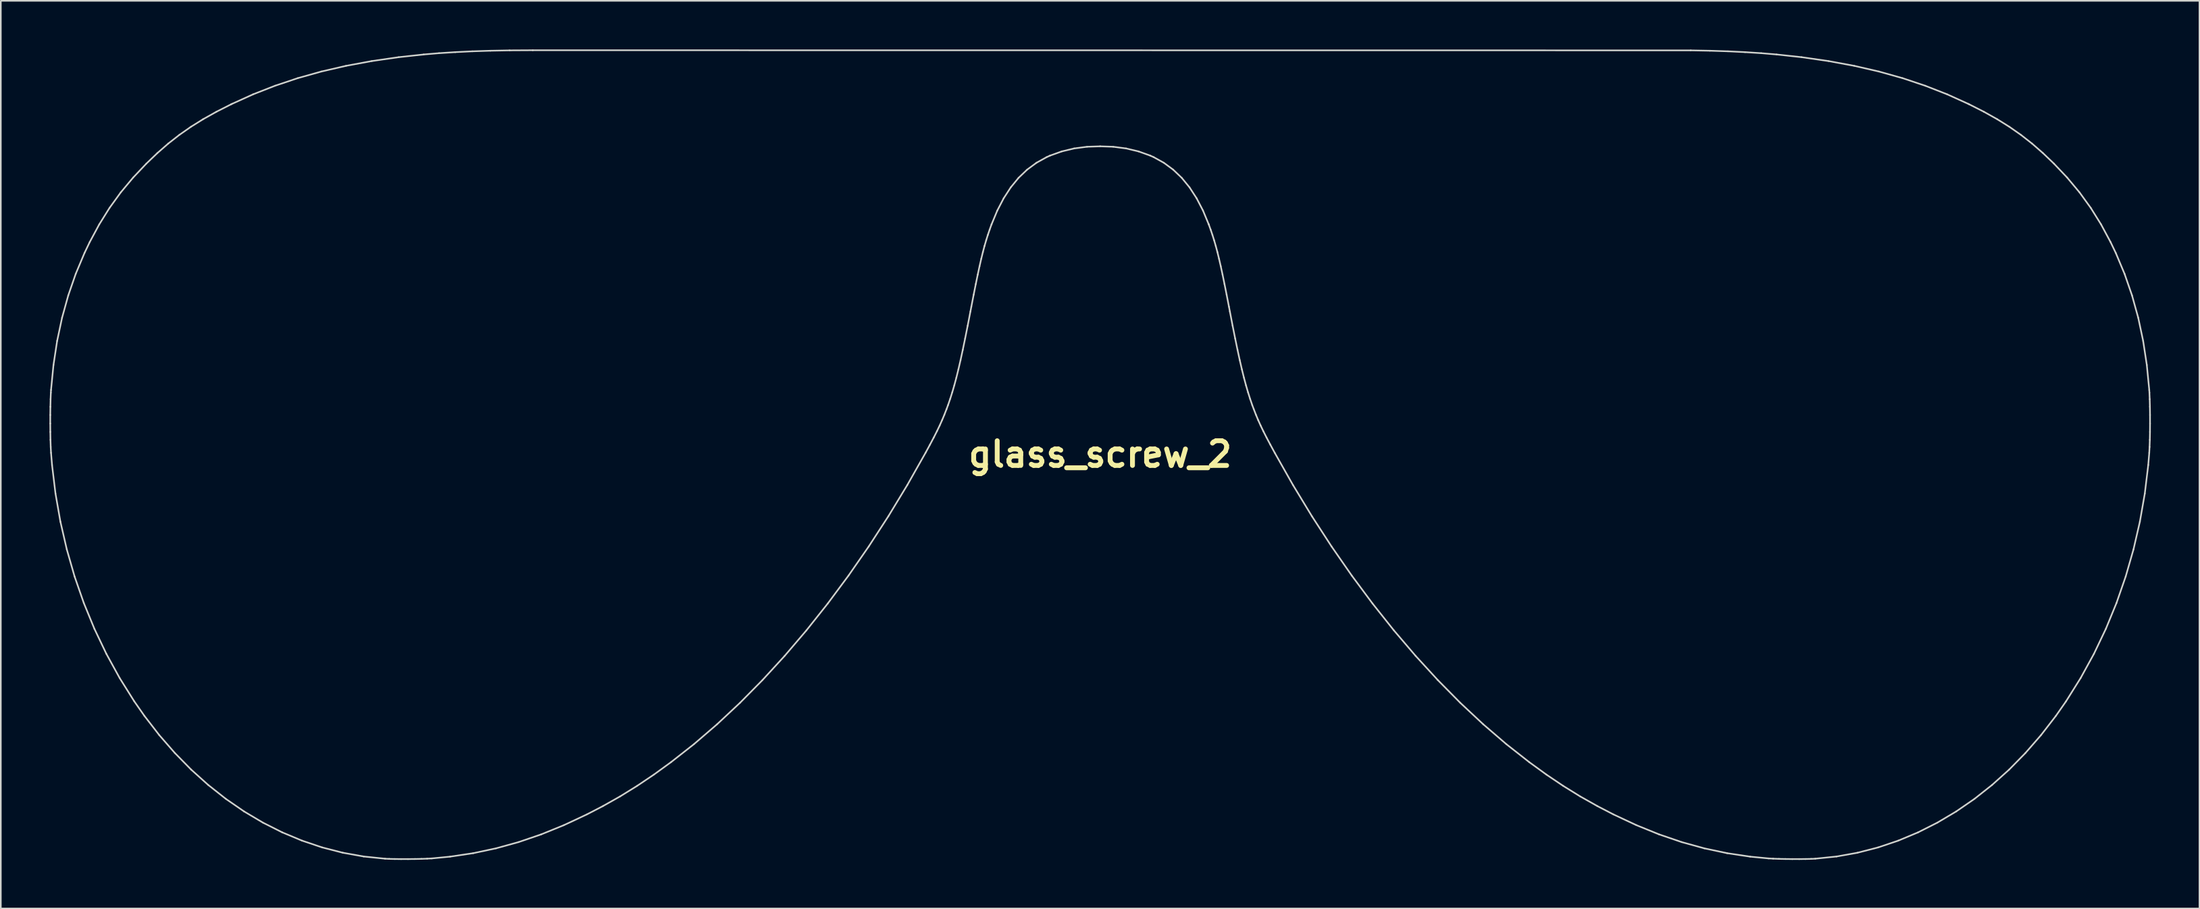
<source format=kicad_pcb>
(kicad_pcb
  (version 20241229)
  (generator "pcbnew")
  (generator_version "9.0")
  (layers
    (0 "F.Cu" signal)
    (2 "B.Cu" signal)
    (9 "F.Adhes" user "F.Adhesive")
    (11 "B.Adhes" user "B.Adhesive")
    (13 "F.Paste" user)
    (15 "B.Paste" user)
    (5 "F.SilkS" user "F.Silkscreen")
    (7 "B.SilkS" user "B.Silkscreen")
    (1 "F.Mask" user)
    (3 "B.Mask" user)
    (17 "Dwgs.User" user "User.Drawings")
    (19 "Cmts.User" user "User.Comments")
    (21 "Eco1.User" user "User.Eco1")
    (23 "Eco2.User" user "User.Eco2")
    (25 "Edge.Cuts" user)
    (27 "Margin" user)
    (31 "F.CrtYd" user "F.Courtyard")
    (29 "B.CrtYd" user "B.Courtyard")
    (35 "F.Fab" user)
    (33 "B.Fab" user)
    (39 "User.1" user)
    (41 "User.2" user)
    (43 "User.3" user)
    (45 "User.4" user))
  (footprint "glass_screw_2"
    (layer "F.Cu")
    (at 64.815 5.978)
    (property "Reference" "glass_screw_2" (at 0 19 0) (layer "F.SilkS") (effects (font (size 1.524 1.524) (thickness 0.3))))
    (attr through_hole)
    (fp_line (start -64.765 17.101) (end -64.764 16.576) (stroke (width 0.1) (type solid)) (layer "Edge.Cuts"))
    (fp_line (start -64.764 16.576) (end -64.757 16.069) (stroke (width 0.1) (type solid)) (layer "Edge.Cuts"))
    (fp_line (start -64.761 17.621) (end -64.765 17.101) (stroke (width 0.1) (type solid)) (layer "Edge.Cuts"))
    (fp_line (start -64.757 16.069) (end -64.745 15.602) (stroke (width 0.1) (type solid)) (layer "Edge.Cuts"))
    (fp_line (start -64.752 18.111) (end -64.761 17.621) (stroke (width 0.1) (type solid)) (layer "Edge.Cuts"))
    (fp_line (start -64.745 15.602) (end -64.728 15.2) (stroke (width 0.1) (type solid)) (layer "Edge.Cuts"))
    (fp_line (start -64.737 18.548) (end -64.752 18.111) (stroke (width 0.1) (type solid)) (layer "Edge.Cuts"))
    (fp_line (start -64.728 15.2) (end -64.717 15.033) (stroke (width 0.1) (type solid)) (layer "Edge.Cuts"))
    (fp_line (start -64.717 15.033) (end -64.566 13.489) (stroke (width 0.1) (type solid)) (layer "Edge.Cuts"))
    (fp_line (start -64.717 18.91) (end -64.737 18.548) (stroke (width 0.1) (type solid)) (layer "Edge.Cuts"))
    (fp_line (start -64.655 19.66) (end -64.717 18.91) (stroke (width 0.1) (type solid)) (layer "Edge.Cuts"))
    (fp_line (start -64.566 13.489) (end -64.34 12.005) (stroke (width 0.1) (type solid)) (layer "Edge.Cuts"))
    (fp_line (start -64.442 21.425) (end -64.655 19.66) (stroke (width 0.1) (type solid)) (layer "Edge.Cuts"))
    (fp_line (start -64.34 12.005) (end -64.037 10.578) (stroke (width 0.1) (type solid)) (layer "Edge.Cuts"))
    (fp_line (start -64.138 23.163) (end -64.442 21.425) (stroke (width 0.1) (type solid)) (layer "Edge.Cuts"))
    (fp_line (start -64.037 10.578) (end -63.655 9.201) (stroke (width 0.1) (type solid)) (layer "Edge.Cuts"))
    (fp_line (start -63.744 24.871) (end -64.138 23.163) (stroke (width 0.1) (type solid)) (layer "Edge.Cuts"))
    (fp_line (start -63.655 9.201) (end -63.194 7.87) (stroke (width 0.1) (type solid)) (layer "Edge.Cuts"))
    (fp_line (start -63.263 26.544) (end -63.744 24.871) (stroke (width 0.1) (type solid)) (layer "Edge.Cuts"))
    (fp_line (start -63.194 7.87) (end -62.652 6.58) (stroke (width 0.1) (type solid)) (layer "Edge.Cuts"))
    (fp_line (start -62.695 28.178) (end -63.263 26.544) (stroke (width 0.1) (type solid)) (layer "Edge.Cuts"))
    (fp_line (start -62.652 6.58) (end -62.329 5.906) (stroke (width 0.1) (type solid)) (layer "Edge.Cuts"))
    (fp_line (start -62.329 5.906) (end -61.742 4.815) (stroke (width 0.1) (type solid)) (layer "Edge.Cuts"))
    (fp_line (start -62.041 29.769) (end -62.695 28.178) (stroke (width 0.1) (type solid)) (layer "Edge.Cuts"))
    (fp_line (start -61.742 4.815) (end -61.109 3.801) (stroke (width 0.1) (type solid)) (layer "Edge.Cuts"))
    (fp_line (start -61.304 31.313) (end -62.041 29.769) (stroke (width 0.1) (type solid)) (layer "Edge.Cuts"))
    (fp_line (start -61.109 3.801) (end -60.416 2.843) (stroke (width 0.1) (type solid)) (layer "Edge.Cuts"))
    (fp_line (start -60.484 32.806) (end -61.304 31.313) (stroke (width 0.1) (type solid)) (layer "Edge.Cuts"))
    (fp_line (start -60.416 2.843) (end -59.65 1.926) (stroke (width 0.1) (type solid)) (layer "Edge.Cuts"))
    (fp_line (start -59.65 1.926) (end -58.833 1.063) (stroke (width 0.1) (type solid)) (layer "Edge.Cuts"))
    (fp_line (start -59.582 34.245) (end -60.484 32.806) (stroke (width 0.1) (type solid)) (layer "Edge.Cuts"))
    (fp_line (start -58.955 35.144) (end -59.582 34.245) (stroke (width 0.1) (type solid)) (layer "Edge.Cuts"))
    (fp_line (start -58.833 1.063) (end -58.159 0.418) (stroke (width 0.1) (type solid)) (layer "Edge.Cuts"))
    (fp_line (start -58.159 0.418) (end -57.489 -0.167) (stroke (width 0.1) (type solid)) (layer "Edge.Cuts"))
    (fp_line (start -58.04 36.328) (end -58.955 35.144) (stroke (width 0.1) (type solid)) (layer "Edge.Cuts"))
    (fp_line (start -57.489 -0.167) (end -56.806 -0.702) (stroke (width 0.1) (type solid)) (layer "Edge.Cuts"))
    (fp_line (start -57.078 37.433) (end -58.04 36.328) (stroke (width 0.1) (type solid)) (layer "Edge.Cuts"))
    (fp_line (start -56.806 -0.702) (end -56.094 -1.2) (stroke (width 0.1) (type solid)) (layer "Edge.Cuts"))
    (fp_line (start -56.094 -1.2) (end -55.335 -1.674) (stroke (width 0.1) (type solid)) (layer "Edge.Cuts"))
    (fp_line (start -56.072 38.458) (end -57.078 37.433) (stroke (width 0.1) (type solid)) (layer "Edge.Cuts"))
    (fp_line (start -55.335 -1.674) (end -54.513 -2.134) (stroke (width 0.1) (type solid)) (layer "Edge.Cuts"))
    (fp_line (start -55.022 39.402) (end -56.072 38.458) (stroke (width 0.1) (type solid)) (layer "Edge.Cuts"))
    (fp_line (start -54.513 -2.134) (end -53.609 -2.592) (stroke (width 0.1) (type solid)) (layer "Edge.Cuts"))
    (fp_line (start -53.934 40.262) (end -55.022 39.402) (stroke (width 0.1) (type solid)) (layer "Edge.Cuts"))
    (fp_line (start -53.609 -2.592) (end -53.56 -2.616) (stroke (width 0.1) (type solid)) (layer "Edge.Cuts"))
    (fp_line (start -53.56 -2.616) (end -52.252 -3.208) (stroke (width 0.1) (type solid)) (layer "Edge.Cuts"))
    (fp_line (start -52.808 41.038) (end -53.934 40.262) (stroke (width 0.1) (type solid)) (layer "Edge.Cuts"))
    (fp_line (start -52.252 -3.208) (end -50.9 -3.737) (stroke (width 0.1) (type solid)) (layer "Edge.Cuts"))
    (fp_line (start -51.648 41.727) (end -52.808 41.038) (stroke (width 0.1) (type solid)) (layer "Edge.Cuts"))
    (fp_line (start -50.9 -3.737) (end -49.498 -4.206) (stroke (width 0.1) (type solid)) (layer "Edge.Cuts"))
    (fp_line (start -50.456 42.328) (end -51.648 41.727) (stroke (width 0.1) (type solid)) (layer "Edge.Cuts"))
    (fp_line (start -49.498 -4.206) (end -48.04 -4.615) (stroke (width 0.1) (type solid)) (layer "Edge.Cuts"))
    (fp_line (start -49.235 42.839) (end -50.456 42.328) (stroke (width 0.1) (type solid)) (layer "Edge.Cuts"))
    (fp_line (start -48.04 -4.615) (end -46.519 -4.966) (stroke (width 0.1) (type solid)) (layer "Edge.Cuts"))
    (fp_line (start -47.988 43.259) (end -49.235 42.839) (stroke (width 0.1) (type solid)) (layer "Edge.Cuts"))
    (fp_line (start -46.717 43.586) (end -47.988 43.259) (stroke (width 0.1) (type solid)) (layer "Edge.Cuts"))
    (fp_line (start -46.519 -4.966) (end -44.932 -5.26) (stroke (width 0.1) (type solid)) (layer "Edge.Cuts"))
    (fp_line (start -45.425 43.818) (end -46.717 43.586) (stroke (width 0.1) (type solid)) (layer "Edge.Cuts"))
    (fp_line (start -44.932 -5.26) (end -43.27 -5.5) (stroke (width 0.1) (type solid)) (layer "Edge.Cuts"))
    (fp_line (start -44.114 43.953) (end -45.425 43.818) (stroke (width 0.1) (type solid)) (layer "Edge.Cuts"))
    (fp_line (start -43.859 43.965) (end -44.114 43.953) (stroke (width 0.1) (type solid)) (layer "Edge.Cuts"))
    (fp_line (start -43.515 43.973) (end -43.859 43.965) (stroke (width 0.1) (type solid)) (layer "Edge.Cuts"))
    (fp_line (start -43.27 -5.5) (end -41.729 -5.667) (stroke (width 0.1) (type solid)) (layer "Edge.Cuts"))
    (fp_line (start -43.12 43.977) (end -43.515 43.973) (stroke (width 0.1) (type solid)) (layer "Edge.Cuts"))
    (fp_line (start -42.698 43.977) (end -43.12 43.977) (stroke (width 0.1) (type solid)) (layer "Edge.Cuts"))
    (fp_line (start -42.274 43.972) (end -42.698 43.977) (stroke (width 0.1) (type solid)) (layer "Edge.Cuts"))
    (fp_line (start -41.871 43.964) (end -42.274 43.972) (stroke (width 0.1) (type solid)) (layer "Edge.Cuts"))
    (fp_line (start -41.729 -5.667) (end -40.78 -5.747) (stroke (width 0.1) (type solid)) (layer "Edge.Cuts"))
    (fp_line (start -41.516 43.951) (end -41.871 43.964) (stroke (width 0.1) (type solid)) (layer "Edge.Cuts"))
    (fp_line (start -41.231 43.936) (end -41.516 43.951) (stroke (width 0.1) (type solid)) (layer "Edge.Cuts"))
    (fp_line (start -40.78 -5.747) (end -39.781 -5.811) (stroke (width 0.1) (type solid)) (layer "Edge.Cuts"))
    (fp_line (start -40.102 43.827) (end -41.231 43.936) (stroke (width 0.1) (type solid)) (layer "Edge.Cuts"))
    (fp_line (start -39.781 -5.811) (end -38.726 -5.862) (stroke (width 0.1) (type solid)) (layer "Edge.Cuts"))
    (fp_line (start -38.726 -5.862) (end -37.61 -5.898) (stroke (width 0.1) (type solid)) (layer "Edge.Cuts"))
    (fp_line (start -38.678 43.614) (end -40.102 43.827) (stroke (width 0.1) (type solid)) (layer "Edge.Cuts"))
    (fp_line (start -37.61 -5.898) (end -36.429 -5.92) (stroke (width 0.1) (type solid)) (layer "Edge.Cuts"))
    (fp_line (start -37.272 43.315) (end -38.678 43.614) (stroke (width 0.1) (type solid)) (layer "Edge.Cuts"))
    (fp_line (start -36.429 -5.92) (end -35 -5.928) (stroke (width 0.1) (type solid)) (layer "Edge.Cuts"))
    (fp_line (start -35.875 42.929) (end -37.272 43.315) (stroke (width 0.1) (type solid)) (layer "Edge.Cuts"))
    (fp_line (start -35 -5.928) (end 36.429 -5.92) (stroke (width 0.1) (type solid)) (layer "Edge.Cuts"))
    (fp_line (start -34.48 42.453) (end -35.875 42.929) (stroke (width 0.1) (type solid)) (layer "Edge.Cuts"))
    (fp_line (start -33.079 41.884) (end -34.48 42.453) (stroke (width 0.1) (type solid)) (layer "Edge.Cuts"))
    (fp_line (start -31.663 41.221) (end -33.079 41.884) (stroke (width 0.1) (type solid)) (layer "Edge.Cuts"))
    (fp_line (start -30.673 40.708) (end -31.663 41.221) (stroke (width 0.1) (type solid)) (layer "Edge.Cuts"))
    (fp_line (start -29.608 40.107) (end -30.673 40.708) (stroke (width 0.1) (type solid)) (layer "Edge.Cuts"))
    (fp_line (start -28.569 39.464) (end -29.608 40.107) (stroke (width 0.1) (type solid)) (layer "Edge.Cuts"))
    (fp_line (start -27.531 38.766) (end -28.569 39.464) (stroke (width 0.1) (type solid)) (layer "Edge.Cuts"))
    (fp_line (start -26.469 37.995) (end -27.531 38.766) (stroke (width 0.1) (type solid)) (layer "Edge.Cuts"))
    (fp_line (start -25.058 36.887) (end -26.469 37.995) (stroke (width 0.1) (type solid)) (layer "Edge.Cuts"))
    (fp_line (start -23.63 35.659) (end -25.058 36.887) (stroke (width 0.1) (type solid)) (layer "Edge.Cuts"))
    (fp_line (start -22.219 34.339) (end -23.63 35.659) (stroke (width 0.1) (type solid)) (layer "Edge.Cuts"))
    (fp_line (start -20.828 32.931) (end -22.219 34.339) (stroke (width 0.1) (type solid)) (layer "Edge.Cuts"))
    (fp_line (start -19.46 31.438) (end -20.828 32.931) (stroke (width 0.1) (type solid)) (layer "Edge.Cuts"))
    (fp_line (start -18.118 29.864) (end -19.46 31.438) (stroke (width 0.1) (type solid)) (layer "Edge.Cuts"))
    (fp_line (start -16.805 28.212) (end -18.118 29.864) (stroke (width 0.1) (type solid)) (layer "Edge.Cuts"))
    (fp_line (start -15.523 26.486) (end -16.805 28.212) (stroke (width 0.1) (type solid)) (layer "Edge.Cuts"))
    (fp_line (start -14.276 24.69) (end -15.523 26.486) (stroke (width 0.1) (type solid)) (layer "Edge.Cuts"))
    (fp_line (start -13.066 22.827) (end -14.276 24.69) (stroke (width 0.1) (type solid)) (layer "Edge.Cuts"))
    (fp_line (start -11.897 20.9) (end -13.066 22.827) (stroke (width 0.1) (type solid)) (layer "Edge.Cuts"))
    (fp_line (start -10.772 18.913) (end -11.897 20.9) (stroke (width 0.1) (type solid)) (layer "Edge.Cuts"))
    (fp_line (start -10.498 18.408) (end -10.772 18.913) (stroke (width 0.1) (type solid)) (layer "Edge.Cuts"))
    (fp_line (start -10.265 17.968) (end -10.498 18.408) (stroke (width 0.1) (type solid)) (layer "Edge.Cuts"))
    (fp_line (start -10.068 17.579) (end -10.265 17.968) (stroke (width 0.1) (type solid)) (layer "Edge.Cuts"))
    (fp_line (start -9.899 17.227) (end -10.068 17.579) (stroke (width 0.1) (type solid)) (layer "Edge.Cuts"))
    (fp_line (start -9.749 16.894) (end -9.899 17.227) (stroke (width 0.1) (type solid)) (layer "Edge.Cuts"))
    (fp_line (start -9.611 16.563) (end -9.749 16.894) (stroke (width 0.1) (type solid)) (layer "Edge.Cuts"))
    (fp_line (start -9.477 16.219) (end -9.611 16.563) (stroke (width 0.1) (type solid)) (layer "Edge.Cuts"))
    (fp_line (start -9.383 15.967) (end -9.477 16.219) (stroke (width 0.1) (type solid)) (layer "Edge.Cuts"))
    (fp_line (start -9.251 15.583) (end -9.383 15.967) (stroke (width 0.1) (type solid)) (layer "Edge.Cuts"))
    (fp_line (start -9.123 15.179) (end -9.251 15.583) (stroke (width 0.1) (type solid)) (layer "Edge.Cuts"))
    (fp_line (start -8.997 14.747) (end -9.123 15.179) (stroke (width 0.1) (type solid)) (layer "Edge.Cuts"))
    (fp_line (start -8.871 14.278) (end -8.997 14.747) (stroke (width 0.1) (type solid)) (layer "Edge.Cuts"))
    (fp_line (start -8.744 13.764) (end -8.871 14.278) (stroke (width 0.1) (type solid)) (layer "Edge.Cuts"))
    (fp_line (start -8.612 13.194) (end -8.744 13.764) (stroke (width 0.1) (type solid)) (layer "Edge.Cuts"))
    (fp_line (start -8.475 12.561) (end -8.612 13.194) (stroke (width 0.1) (type solid)) (layer "Edge.Cuts"))
    (fp_line (start -8.329 11.856) (end -8.475 12.561) (stroke (width 0.1) (type solid)) (layer "Edge.Cuts"))
    (fp_line (start -8.172 11.071) (end -8.329 11.856) (stroke (width 0.1) (type solid)) (layer "Edge.Cuts"))
    (fp_line (start -8.003 10.195) (end -8.172 11.071) (stroke (width 0.1) (type solid)) (layer "Edge.Cuts"))
    (fp_line (start -7.946 9.896) (end -8.003 10.195) (stroke (width 0.1) (type solid)) (layer "Edge.Cuts"))
    (fp_line (start -7.802 9.154) (end -7.946 9.896) (stroke (width 0.1) (type solid)) (layer "Edge.Cuts"))
    (fp_line (start -7.671 8.497) (end -7.802 9.154) (stroke (width 0.1) (type solid)) (layer "Edge.Cuts"))
    (fp_line (start -7.551 7.915) (end -7.671 8.497) (stroke (width 0.1) (type solid)) (layer "Edge.Cuts"))
    (fp_line (start -7.44 7.399) (end -7.551 7.915) (stroke (width 0.1) (type solid)) (layer "Edge.Cuts"))
    (fp_line (start -7.334 6.938) (end -7.44 7.399) (stroke (width 0.1) (type solid)) (layer "Edge.Cuts"))
    (fp_line (start -7.233 6.525) (end -7.334 6.938) (stroke (width 0.1) (type solid)) (layer "Edge.Cuts"))
    (fp_line (start -7.133 6.148) (end -7.233 6.525) (stroke (width 0.1) (type solid)) (layer "Edge.Cuts"))
    (fp_line (start -7.031 5.799) (end -7.133 6.148) (stroke (width 0.1) (type solid)) (layer "Edge.Cuts"))
    (fp_line (start -6.927 5.467) (end -7.031 5.799) (stroke (width 0.1) (type solid)) (layer "Edge.Cuts"))
    (fp_line (start -6.817 5.143) (end -6.927 5.467) (stroke (width 0.1) (type solid)) (layer "Edge.Cuts"))
    (fp_line (start -6.7 4.818) (end -6.817 5.143) (stroke (width 0.1) (type solid)) (layer "Edge.Cuts"))
    (fp_line (start -6.697 4.812) (end -6.7 4.818) (stroke (width 0.1) (type solid)) (layer "Edge.Cuts"))
    (fp_line (start -6.345 3.964) (end -6.697 4.812) (stroke (width 0.1) (type solid)) (layer "Edge.Cuts"))
    (fp_line (start -5.951 3.206) (end -6.345 3.964) (stroke (width 0.1) (type solid)) (layer "Edge.Cuts"))
    (fp_line (start -5.515 2.534) (end -5.951 3.206) (stroke (width 0.1) (type solid)) (layer "Edge.Cuts"))
    (fp_line (start -5.034 1.946) (end -5.515 2.534) (stroke (width 0.1) (type solid)) (layer "Edge.Cuts"))
    (fp_line (start -4.506 1.441) (end -5.034 1.946) (stroke (width 0.1) (type solid)) (layer "Edge.Cuts"))
    (fp_line (start -3.93 1.016) (end -4.506 1.441) (stroke (width 0.1) (type solid)) (layer "Edge.Cuts"))
    (fp_line (start -3.304 0.669) (end -3.93 1.016) (stroke (width 0.1) (type solid)) (layer "Edge.Cuts"))
    (fp_line (start -3.092 0.573) (end -3.304 0.669) (stroke (width 0.1) (type solid)) (layer "Edge.Cuts"))
    (fp_line (start -2.368 0.314) (end -3.092 0.573) (stroke (width 0.1) (type solid)) (layer "Edge.Cuts"))
    (fp_line (start -1.601 0.131) (end -2.368 0.314) (stroke (width 0.1) (type solid)) (layer "Edge.Cuts"))
    (fp_line (start -0.807 0.027) (end -1.601 0.131) (stroke (width 0.1) (type solid)) (layer "Edge.Cuts"))
    (fp_line (start 0 0) (end -0.807 0.027) (stroke (width 0.1) (type solid)) (layer "Edge.Cuts"))
    (fp_line (start 0.807 0.027) (end 0 0) (stroke (width 0.1) (type solid)) (layer "Edge.Cuts"))
    (fp_line (start 1.601 0.131) (end 0.807 0.027) (stroke (width 0.1) (type solid)) (layer "Edge.Cuts"))
    (fp_line (start 2.368 0.314) (end 1.601 0.131) (stroke (width 0.1) (type solid)) (layer "Edge.Cuts"))
    (fp_line (start 3.092 0.573) (end 2.368 0.314) (stroke (width 0.1) (type solid)) (layer "Edge.Cuts"))
    (fp_line (start 3.304 0.669) (end 3.092 0.573) (stroke (width 0.1) (type solid)) (layer "Edge.Cuts"))
    (fp_line (start 3.93 1.016) (end 3.304 0.669) (stroke (width 0.1) (type solid)) (layer "Edge.Cuts"))
    (fp_line (start 4.506 1.441) (end 3.93 1.016) (stroke (width 0.1) (type solid)) (layer "Edge.Cuts"))
    (fp_line (start 5.034 1.946) (end 4.506 1.441) (stroke (width 0.1) (type solid)) (layer "Edge.Cuts"))
    (fp_line (start 5.515 2.534) (end 5.034 1.946) (stroke (width 0.1) (type solid)) (layer "Edge.Cuts"))
    (fp_line (start 5.951 3.206) (end 5.515 2.534) (stroke (width 0.1) (type solid)) (layer "Edge.Cuts"))
    (fp_line (start 6.345 3.964) (end 5.951 3.206) (stroke (width 0.1) (type solid)) (layer "Edge.Cuts"))
    (fp_line (start 6.697 4.812) (end 6.345 3.964) (stroke (width 0.1) (type solid)) (layer "Edge.Cuts"))
    (fp_line (start 6.7 4.818) (end 6.697 4.812) (stroke (width 0.1) (type solid)) (layer "Edge.Cuts"))
    (fp_line (start 6.817 5.143) (end 6.7 4.818) (stroke (width 0.1) (type solid)) (layer "Edge.Cuts"))
    (fp_line (start 6.927 5.467) (end 6.817 5.143) (stroke (width 0.1) (type solid)) (layer "Edge.Cuts"))
    (fp_line (start 7.031 5.799) (end 6.927 5.467) (stroke (width 0.1) (type solid)) (layer "Edge.Cuts"))
    (fp_line (start 7.133 6.148) (end 7.031 5.799) (stroke (width 0.1) (type solid)) (layer "Edge.Cuts"))
    (fp_line (start 7.233 6.525) (end 7.133 6.148) (stroke (width 0.1) (type solid)) (layer "Edge.Cuts"))
    (fp_line (start 7.334 6.938) (end 7.233 6.525) (stroke (width 0.1) (type solid)) (layer "Edge.Cuts"))
    (fp_line (start 7.44 7.399) (end 7.334 6.938) (stroke (width 0.1) (type solid)) (layer "Edge.Cuts"))
    (fp_line (start 7.551 7.915) (end 7.44 7.399) (stroke (width 0.1) (type solid)) (layer "Edge.Cuts"))
    (fp_line (start 7.671 8.497) (end 7.551 7.915) (stroke (width 0.1) (type solid)) (layer "Edge.Cuts"))
    (fp_line (start 7.802 9.154) (end 7.671 8.497) (stroke (width 0.1) (type solid)) (layer "Edge.Cuts"))
    (fp_line (start 7.946 9.896) (end 7.802 9.154) (stroke (width 0.1) (type solid)) (layer "Edge.Cuts"))
    (fp_line (start 8.003 10.195) (end 7.946 9.896) (stroke (width 0.1) (type solid)) (layer "Edge.Cuts"))
    (fp_line (start 8.172 11.071) (end 8.003 10.195) (stroke (width 0.1) (type solid)) (layer "Edge.Cuts"))
    (fp_line (start 8.329 11.856) (end 8.172 11.071) (stroke (width 0.1) (type solid)) (layer "Edge.Cuts"))
    (fp_line (start 8.475 12.561) (end 8.329 11.856) (stroke (width 0.1) (type solid)) (layer "Edge.Cuts"))
    (fp_line (start 8.612 13.194) (end 8.475 12.561) (stroke (width 0.1) (type solid)) (layer "Edge.Cuts"))
    (fp_line (start 8.744 13.764) (end 8.612 13.194) (stroke (width 0.1) (type solid)) (layer "Edge.Cuts"))
    (fp_line (start 8.871 14.278) (end 8.744 13.764) (stroke (width 0.1) (type solid)) (layer "Edge.Cuts"))
    (fp_line (start 8.997 14.747) (end 8.871 14.278) (stroke (width 0.1) (type solid)) (layer "Edge.Cuts"))
    (fp_line (start 9.123 15.179) (end 8.997 14.747) (stroke (width 0.1) (type solid)) (layer "Edge.Cuts"))
    (fp_line (start 9.251 15.583) (end 9.123 15.179) (stroke (width 0.1) (type solid)) (layer "Edge.Cuts"))
    (fp_line (start 9.383 15.967) (end 9.251 15.583) (stroke (width 0.1) (type solid)) (layer "Edge.Cuts"))
    (fp_line (start 9.477 16.219) (end 9.383 15.967) (stroke (width 0.1) (type solid)) (layer "Edge.Cuts"))
    (fp_line (start 9.611 16.563) (end 9.477 16.219) (stroke (width 0.1) (type solid)) (layer "Edge.Cuts"))
    (fp_line (start 9.749 16.894) (end 9.611 16.563) (stroke (width 0.1) (type solid)) (layer "Edge.Cuts"))
    (fp_line (start 9.899 17.227) (end 9.749 16.894) (stroke (width 0.1) (type solid)) (layer "Edge.Cuts"))
    (fp_line (start 10.068 17.579) (end 9.899 17.227) (stroke (width 0.1) (type solid)) (layer "Edge.Cuts"))
    (fp_line (start 10.265 17.968) (end 10.068 17.579) (stroke (width 0.1) (type solid)) (layer "Edge.Cuts"))
    (fp_line (start 10.498 18.408) (end 10.265 17.968) (stroke (width 0.1) (type solid)) (layer "Edge.Cuts"))
    (fp_line (start 10.772 18.913) (end 10.498 18.408) (stroke (width 0.1) (type solid)) (layer "Edge.Cuts"))
    (fp_line (start 11.897 20.9) (end 10.772 18.913) (stroke (width 0.1) (type solid)) (layer "Edge.Cuts"))
    (fp_line (start 13.066 22.827) (end 11.897 20.9) (stroke (width 0.1) (type solid)) (layer "Edge.Cuts"))
    (fp_line (start 14.276 24.69) (end 13.066 22.827) (stroke (width 0.1) (type solid)) (layer "Edge.Cuts"))
    (fp_line (start 15.523 26.486) (end 14.276 24.69) (stroke (width 0.1) (type solid)) (layer "Edge.Cuts"))
    (fp_line (start 16.805 28.212) (end 15.523 26.486) (stroke (width 0.1) (type solid)) (layer "Edge.Cuts"))
    (fp_line (start 18.118 29.864) (end 16.805 28.212) (stroke (width 0.1) (type solid)) (layer "Edge.Cuts"))
    (fp_line (start 19.46 31.438) (end 18.118 29.864) (stroke (width 0.1) (type solid)) (layer "Edge.Cuts"))
    (fp_line (start 20.828 32.931) (end 19.46 31.438) (stroke (width 0.1) (type solid)) (layer "Edge.Cuts"))
    (fp_line (start 22.219 34.339) (end 20.828 32.931) (stroke (width 0.1) (type solid)) (layer "Edge.Cuts"))
    (fp_line (start 23.63 35.659) (end 22.219 34.339) (stroke (width 0.1) (type solid)) (layer "Edge.Cuts"))
    (fp_line (start 25.058 36.887) (end 23.63 35.659) (stroke (width 0.1) (type solid)) (layer "Edge.Cuts"))
    (fp_line (start 26.469 37.995) (end 25.058 36.887) (stroke (width 0.1) (type solid)) (layer "Edge.Cuts"))
    (fp_line (start 27.531 38.766) (end 26.469 37.995) (stroke (width 0.1) (type solid)) (layer "Edge.Cuts"))
    (fp_line (start 28.569 39.464) (end 27.531 38.766) (stroke (width 0.1) (type solid)) (layer "Edge.Cuts"))
    (fp_line (start 29.608 40.107) (end 28.569 39.464) (stroke (width 0.1) (type solid)) (layer "Edge.Cuts"))
    (fp_line (start 30.673 40.708) (end 29.608 40.107) (stroke (width 0.1) (type solid)) (layer "Edge.Cuts"))
    (fp_line (start 31.663 41.221) (end 30.673 40.708) (stroke (width 0.1) (type solid)) (layer "Edge.Cuts"))
    (fp_line (start 33.079 41.884) (end 31.663 41.221) (stroke (width 0.1) (type solid)) (layer "Edge.Cuts"))
    (fp_line (start 34.48 42.453) (end 33.079 41.884) (stroke (width 0.1) (type solid)) (layer "Edge.Cuts"))
    (fp_line (start 35.875 42.929) (end 34.48 42.453) (stroke (width 0.1) (type solid)) (layer "Edge.Cuts"))
    (fp_line (start 36.429 -5.92) (end 37.61 -5.898) (stroke (width 0.1) (type solid)) (layer "Edge.Cuts"))
    (fp_line (start 37.272 43.315) (end 35.875 42.929) (stroke (width 0.1) (type solid)) (layer "Edge.Cuts"))
    (fp_line (start 37.61 -5.898) (end 38.726 -5.862) (stroke (width 0.1) (type solid)) (layer "Edge.Cuts"))
    (fp_line (start 38.678 43.614) (end 37.272 43.315) (stroke (width 0.1) (type solid)) (layer "Edge.Cuts"))
    (fp_line (start 38.726 -5.862) (end 39.781 -5.811) (stroke (width 0.1) (type solid)) (layer "Edge.Cuts"))
    (fp_line (start 39.781 -5.811) (end 40.78 -5.747) (stroke (width 0.1) (type solid)) (layer "Edge.Cuts"))
    (fp_line (start 40.102 43.827) (end 38.678 43.614) (stroke (width 0.1) (type solid)) (layer "Edge.Cuts"))
    (fp_line (start 40.78 -5.747) (end 41.729 -5.667) (stroke (width 0.1) (type solid)) (layer "Edge.Cuts"))
    (fp_line (start 41.231 43.936) (end 40.102 43.827) (stroke (width 0.1) (type solid)) (layer "Edge.Cuts"))
    (fp_line (start 41.516 43.951) (end 41.231 43.936) (stroke (width 0.1) (type solid)) (layer "Edge.Cuts"))
    (fp_line (start 41.729 -5.667) (end 43.27 -5.5) (stroke (width 0.1) (type solid)) (layer "Edge.Cuts"))
    (fp_line (start 41.871 43.964) (end 41.516 43.951) (stroke (width 0.1) (type solid)) (layer "Edge.Cuts"))
    (fp_line (start 42.274 43.972) (end 41.871 43.964) (stroke (width 0.1) (type solid)) (layer "Edge.Cuts"))
    (fp_line (start 42.698 43.977) (end 42.274 43.972) (stroke (width 0.1) (type solid)) (layer "Edge.Cuts"))
    (fp_line (start 43.12 43.977) (end 42.698 43.977) (stroke (width 0.1) (type solid)) (layer "Edge.Cuts"))
    (fp_line (start 43.27 -5.5) (end 44.932 -5.26) (stroke (width 0.1) (type solid)) (layer "Edge.Cuts"))
    (fp_line (start 43.515 43.973) (end 43.12 43.977) (stroke (width 0.1) (type solid)) (layer "Edge.Cuts"))
    (fp_line (start 43.859 43.965) (end 43.515 43.973) (stroke (width 0.1) (type solid)) (layer "Edge.Cuts"))
    (fp_line (start 44.114 43.953) (end 43.859 43.965) (stroke (width 0.1) (type solid)) (layer "Edge.Cuts"))
    (fp_line (start 44.932 -5.26) (end 46.519 -4.966) (stroke (width 0.1) (type solid)) (layer "Edge.Cuts"))
    (fp_line (start 45.425 43.818) (end 44.114 43.953) (stroke (width 0.1) (type solid)) (layer "Edge.Cuts"))
    (fp_line (start 46.519 -4.966) (end 48.04 -4.615) (stroke (width 0.1) (type solid)) (layer "Edge.Cuts"))
    (fp_line (start 46.717 43.586) (end 45.425 43.818) (stroke (width 0.1) (type solid)) (layer "Edge.Cuts"))
    (fp_line (start 47.988 43.259) (end 46.717 43.586) (stroke (width 0.1) (type solid)) (layer "Edge.Cuts"))
    (fp_line (start 48.04 -4.615) (end 49.498 -4.206) (stroke (width 0.1) (type solid)) (layer "Edge.Cuts"))
    (fp_line (start 49.235 42.839) (end 47.988 43.259) (stroke (width 0.1) (type solid)) (layer "Edge.Cuts"))
    (fp_line (start 49.498 -4.206) (end 50.9 -3.737) (stroke (width 0.1) (type solid)) (layer "Edge.Cuts"))
    (fp_line (start 50.456 42.328) (end 49.235 42.839) (stroke (width 0.1) (type solid)) (layer "Edge.Cuts"))
    (fp_line (start 50.9 -3.737) (end 52.252 -3.208) (stroke (width 0.1) (type solid)) (layer "Edge.Cuts"))
    (fp_line (start 51.648 41.727) (end 50.456 42.328) (stroke (width 0.1) (type solid)) (layer "Edge.Cuts"))
    (fp_line (start 52.252 -3.208) (end 53.56 -2.616) (stroke (width 0.1) (type solid)) (layer "Edge.Cuts"))
    (fp_line (start 52.808 41.038) (end 51.648 41.727) (stroke (width 0.1) (type solid)) (layer "Edge.Cuts"))
    (fp_line (start 53.56 -2.616) (end 53.609 -2.592) (stroke (width 0.1) (type solid)) (layer "Edge.Cuts"))
    (fp_line (start 53.609 -2.592) (end 54.513 -2.134) (stroke (width 0.1) (type solid)) (layer "Edge.Cuts"))
    (fp_line (start 53.934 40.262) (end 52.808 41.038) (stroke (width 0.1) (type solid)) (layer "Edge.Cuts"))
    (fp_line (start 54.513 -2.134) (end 55.335 -1.674) (stroke (width 0.1) (type solid)) (layer "Edge.Cuts"))
    (fp_line (start 55.022 39.402) (end 53.934 40.262) (stroke (width 0.1) (type solid)) (layer "Edge.Cuts"))
    (fp_line (start 55.335 -1.674) (end 56.094 -1.2) (stroke (width 0.1) (type solid)) (layer "Edge.Cuts"))
    (fp_line (start 56.072 38.458) (end 55.022 39.402) (stroke (width 0.1) (type solid)) (layer "Edge.Cuts"))
    (fp_line (start 56.094 -1.2) (end 56.806 -0.702) (stroke (width 0.1) (type solid)) (layer "Edge.Cuts"))
    (fp_line (start 56.806 -0.702) (end 57.489 -0.167) (stroke (width 0.1) (type solid)) (layer "Edge.Cuts"))
    (fp_line (start 57.078 37.433) (end 56.072 38.458) (stroke (width 0.1) (type solid)) (layer "Edge.Cuts"))
    (fp_line (start 57.489 -0.167) (end 58.159 0.418) (stroke (width 0.1) (type solid)) (layer "Edge.Cuts"))
    (fp_line (start 58.04 36.328) (end 57.078 37.433) (stroke (width 0.1) (type solid)) (layer "Edge.Cuts"))
    (fp_line (start 58.159 0.418) (end 58.833 1.063) (stroke (width 0.1) (type solid)) (layer "Edge.Cuts"))
    (fp_line (start 58.833 1.063) (end 59.65 1.926) (stroke (width 0.1) (type solid)) (layer "Edge.Cuts"))
    (fp_line (start 58.955 35.144) (end 58.04 36.328) (stroke (width 0.1) (type solid)) (layer "Edge.Cuts"))
    (fp_line (start 59.582 34.245) (end 58.955 35.144) (stroke (width 0.1) (type solid)) (layer "Edge.Cuts"))
    (fp_line (start 59.65 1.926) (end 60.416 2.843) (stroke (width 0.1) (type solid)) (layer "Edge.Cuts"))
    (fp_line (start 60.416 2.843) (end 61.109 3.801) (stroke (width 0.1) (type solid)) (layer "Edge.Cuts"))
    (fp_line (start 60.484 32.806) (end 59.582 34.245) (stroke (width 0.1) (type solid)) (layer "Edge.Cuts"))
    (fp_line (start 61.109 3.801) (end 61.742 4.815) (stroke (width 0.1) (type solid)) (layer "Edge.Cuts"))
    (fp_line (start 61.304 31.313) (end 60.484 32.806) (stroke (width 0.1) (type solid)) (layer "Edge.Cuts"))
    (fp_line (start 61.742 4.815) (end 62.329 5.906) (stroke (width 0.1) (type solid)) (layer "Edge.Cuts"))
    (fp_line (start 62.041 29.769) (end 61.304 31.313) (stroke (width 0.1) (type solid)) (layer "Edge.Cuts"))
    (fp_line (start 62.329 5.906) (end 62.652 6.58) (stroke (width 0.1) (type solid)) (layer "Edge.Cuts"))
    (fp_line (start 62.652 6.58) (end 63.194 7.87) (stroke (width 0.1) (type solid)) (layer "Edge.Cuts"))
    (fp_line (start 62.695 28.178) (end 62.041 29.769) (stroke (width 0.1) (type solid)) (layer "Edge.Cuts"))
    (fp_line (start 63.194 7.87) (end 63.655 9.201) (stroke (width 0.1) (type solid)) (layer "Edge.Cuts"))
    (fp_line (start 63.263 26.544) (end 62.695 28.178) (stroke (width 0.1) (type solid)) (layer "Edge.Cuts"))
    (fp_line (start 63.655 9.201) (end 64.037 10.578) (stroke (width 0.1) (type solid)) (layer "Edge.Cuts"))
    (fp_line (start 63.744 24.871) (end 63.263 26.544) (stroke (width 0.1) (type solid)) (layer "Edge.Cuts"))
    (fp_line (start 64.037 10.578) (end 64.34 12.005) (stroke (width 0.1) (type solid)) (layer "Edge.Cuts"))
    (fp_line (start 64.138 23.163) (end 63.744 24.871) (stroke (width 0.1) (type solid)) (layer "Edge.Cuts"))
    (fp_line (start 64.34 12.005) (end 64.566 13.489) (stroke (width 0.1) (type solid)) (layer "Edge.Cuts"))
    (fp_line (start 64.442 21.425) (end 64.138 23.163) (stroke (width 0.1) (type solid)) (layer "Edge.Cuts"))
    (fp_line (start 64.566 13.489) (end 64.717 15.033) (stroke (width 0.1) (type solid)) (layer "Edge.Cuts"))
    (fp_line (start 64.655 19.66) (end 64.442 21.425) (stroke (width 0.1) (type solid)) (layer "Edge.Cuts"))
    (fp_line (start 64.717 18.91) (end 64.655 19.66) (stroke (width 0.1) (type solid)) (layer "Edge.Cuts"))
    (fp_line (start 64.717 15.033) (end 64.728 15.2) (stroke (width 0.1) (type solid)) (layer "Edge.Cuts"))
    (fp_line (start 64.728 15.2) (end 64.745 15.602) (stroke (width 0.1) (type solid)) (layer "Edge.Cuts"))
    (fp_line (start 64.737 18.548) (end 64.717 18.91) (stroke (width 0.1) (type solid)) (layer "Edge.Cuts"))
    (fp_line (start 64.745 15.602) (end 64.757 16.069) (stroke (width 0.1) (type solid)) (layer "Edge.Cuts"))
    (fp_line (start 64.752 18.111) (end 64.737 18.548) (stroke (width 0.1) (type solid)) (layer "Edge.Cuts"))
    (fp_line (start 64.757 16.069) (end 64.764 16.576) (stroke (width 0.1) (type solid)) (layer "Edge.Cuts"))
    (fp_line (start 64.761 17.621) (end 64.752 18.111) (stroke (width 0.1) (type solid)) (layer "Edge.Cuts"))
    (fp_line (start 64.764 16.576) (end 64.765 17.101) (stroke (width 0.1) (type solid)) (layer "Edge.Cuts"))
    (fp_line (start 64.765 17.101) (end 64.761 17.621) (stroke (width 0.1) (type solid)) (layer "Edge.Cuts")))
  (gr_rect
    (start -3 -3)
    (end 132.63 53.005)
    (stroke (width 0.1) (type default))
    (fill no)
    (layer "Edge.Cuts")))
</source>
